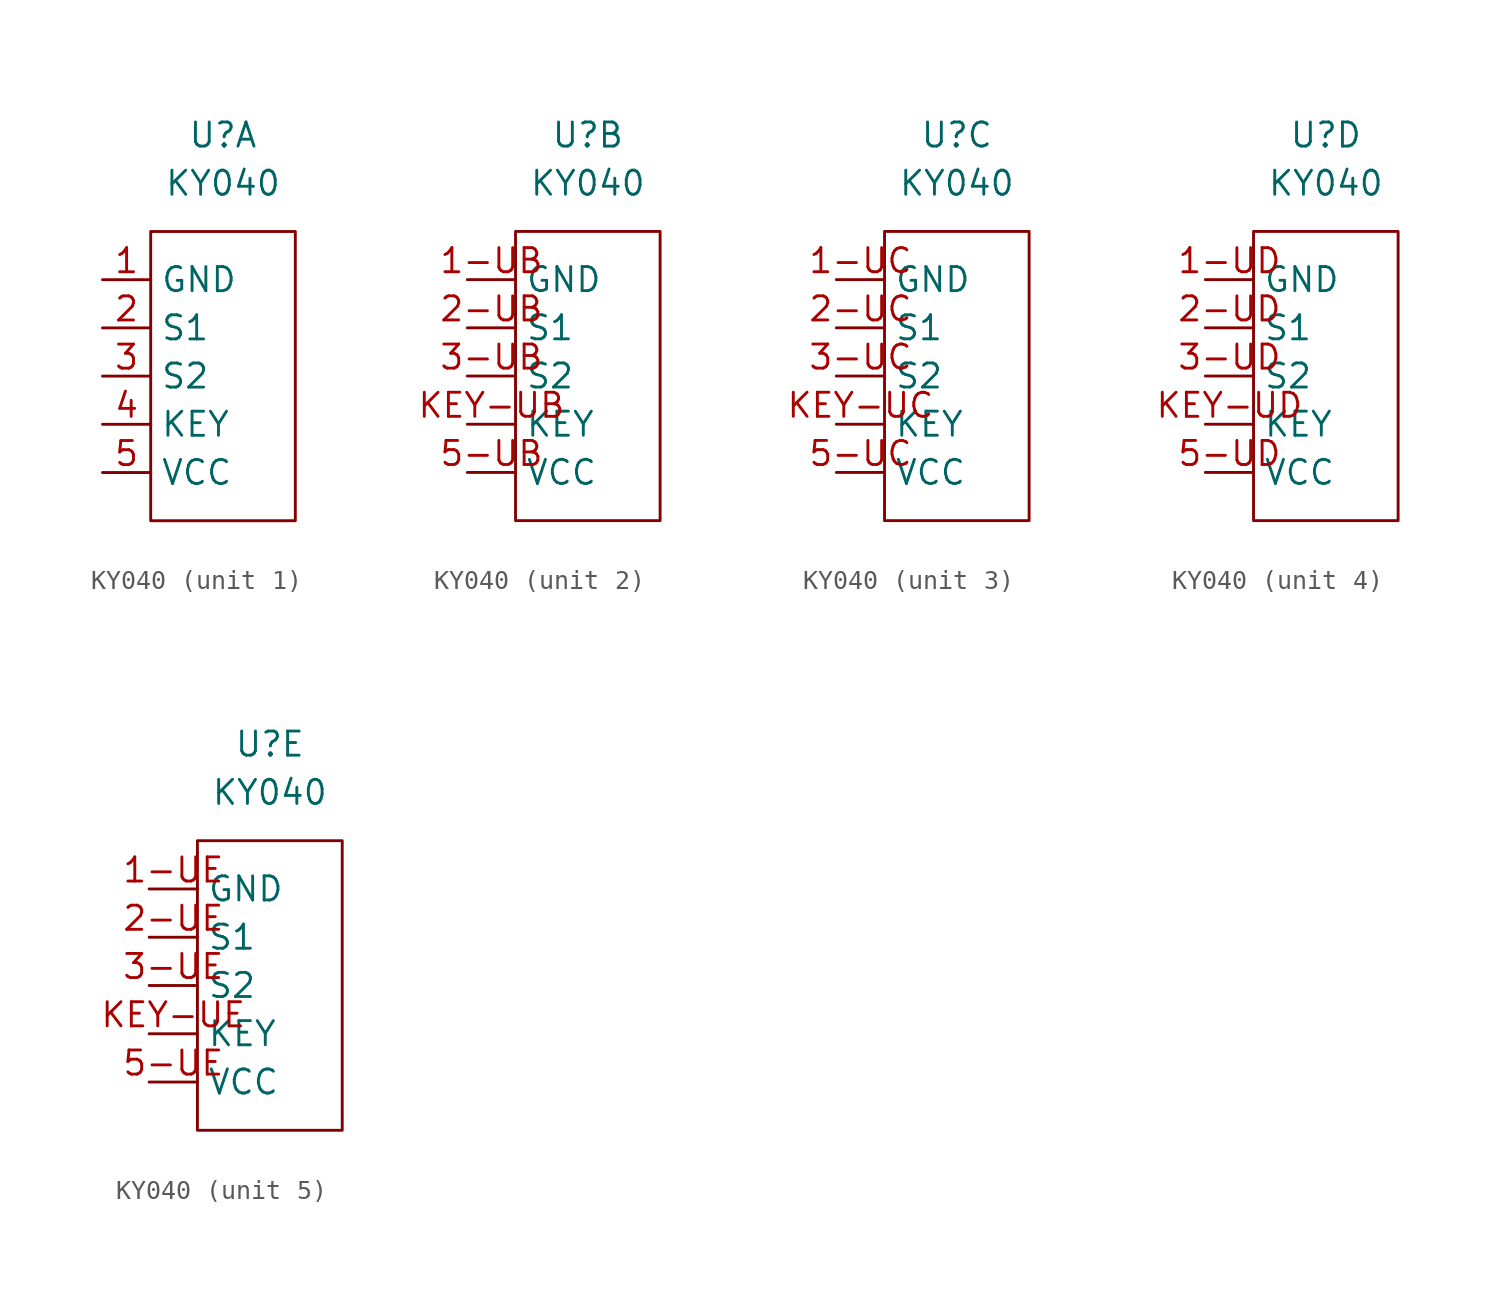
<source format=kicad_sym>
(kicad_symbol_lib
  (version 20211014)
  (generator kicad_symbol_editor)
  (symbol "KY040"
    (property "Reference" "U"
      (at 0 2.54 0)
      (effects (font (size 1.27 1.27))))
    (property "Value" "KY040"
      (at 0 0 0)
      (effects (font (size 1.27 1.27))))
    (symbol "KY040_0_1"
      (rectangle (start -3.81 -2.54) (end 3.81 -17.78) (stroke (width 0.152) (type default) (color 0 0 0 0)) (fill (type none))))
    (symbol "KY040_1_1"
      (pin power_in line (at -6.35 -5.08 0) (length 2.54) (name "GND" (effects (font (size 1.27 1.27)))) (number "1" (effects (font (size 1.27 1.27)))))
      (pin input line (at -6.35 -7.62 0) (length 2.54) (name "S1" (effects (font (size 1.27 1.27)))) (number "2" (effects (font (size 1.27 1.27)))))
      (pin input line (at -6.35 -10.16 0) (length 2.54) (name "S2" (effects (font (size 1.27 1.27)))) (number "3" (effects (font (size 1.27 1.27)))))
      (pin input line (at -6.35 -12.7 0) (length 2.54) (name "KEY" (effects (font (size 1.27 1.27)))) (number "4" (effects (font (size 1.27 1.27)))))
      (pin power_in line (at -6.35 -15.24 0) (length 2.54) (name "VCC" (effects (font (size 1.27 1.27)))) (number "5" (effects (font (size 1.27 1.27))))))
    (symbol "KY040_2_1"
      (pin power_in line (at -6.35 -5.08 0) (length 2.54) (name "GND" (effects (font (size 1.27 1.27)))) (number "1-UB" (effects (font (size 1.27 1.27)))))
      (pin input line (at -6.35 -7.62 0) (length 2.54) (name "S1" (effects (font (size 1.27 1.27)))) (number "2-UB" (effects (font (size 1.27 1.27)))))
      (pin input line (at -6.35 -10.16 0) (length 2.54) (name "S2" (effects (font (size 1.27 1.27)))) (number "3-UB" (effects (font (size 1.27 1.27)))))
      (pin power_in line (at -6.35 -15.24 0) (length 2.54) (name "VCC" (effects (font (size 1.27 1.27)))) (number "5-UB" (effects (font (size 1.27 1.27)))))
      (pin input line (at -6.35 -12.7 0) (length 2.54) (name "KEY" (effects (font (size 1.27 1.27)))) (number "KEY-UB" (effects (font (size 1.27 1.27))))))
    (symbol "KY040_3_1"
      (pin power_in line (at -6.35 -5.08 0) (length 2.54) (name "GND" (effects (font (size 1.27 1.27)))) (number "1-UC" (effects (font (size 1.27 1.27)))))
      (pin input line (at -6.35 -7.62 0) (length 2.54) (name "S1" (effects (font (size 1.27 1.27)))) (number "2-UC" (effects (font (size 1.27 1.27)))))
      (pin input line (at -6.35 -10.16 0) (length 2.54) (name "S2" (effects (font (size 1.27 1.27)))) (number "3-UC" (effects (font (size 1.27 1.27)))))
      (pin power_in line (at -6.35 -15.24 0) (length 2.54) (name "VCC" (effects (font (size 1.27 1.27)))) (number "5-UC" (effects (font (size 1.27 1.27)))))
      (pin input line (at -6.35 -12.7 0) (length 2.54) (name "KEY" (effects (font (size 1.27 1.27)))) (number "KEY-UC" (effects (font (size 1.27 1.27))))))
    (symbol "KY040_4_1"
      (pin power_in line (at -6.35 -5.08 0) (length 2.54) (name "GND" (effects (font (size 1.27 1.27)))) (number "1-UD" (effects (font (size 1.27 1.27)))))
      (pin input line (at -6.35 -7.62 0) (length 2.54) (name "S1" (effects (font (size 1.27 1.27)))) (number "2-UD" (effects (font (size 1.27 1.27)))))
      (pin input line (at -6.35 -10.16 0) (length 2.54) (name "S2" (effects (font (size 1.27 1.27)))) (number "3-UD" (effects (font (size 1.27 1.27)))))
      (pin power_in line (at -6.35 -15.24 0) (length 2.54) (name "VCC" (effects (font (size 1.27 1.27)))) (number "5-UD" (effects (font (size 1.27 1.27)))))
      (pin input line (at -6.35 -12.7 0) (length 2.54) (name "KEY" (effects (font (size 1.27 1.27)))) (number "KEY-UD" (effects (font (size 1.27 1.27))))))
    (symbol "KY040_5_1"
      (pin power_in line (at -6.35 -5.08 0) (length 2.54) (name "GND" (effects (font (size 1.27 1.27)))) (number "1-UE" (effects (font (size 1.27 1.27)))))
      (pin input line (at -6.35 -7.62 0) (length 2.54) (name "S1" (effects (font (size 1.27 1.27)))) (number "2-UE" (effects (font (size 1.27 1.27)))))
      (pin input line (at -6.35 -10.16 0) (length 2.54) (name "S2" (effects (font (size 1.27 1.27)))) (number "3-UE" (effects (font (size 1.27 1.27)))))
      (pin power_in line (at -6.35 -15.24 0) (length 2.54) (name "VCC" (effects (font (size 1.27 1.27)))) (number "5-UE" (effects (font (size 1.27 1.27)))))
      (pin input line (at -6.35 -12.7 0) (length 2.54) (name "KEY" (effects (font (size 1.27 1.27)))) (number "KEY-UE" (effects (font (size 1.27 1.27))))))))
</source>
